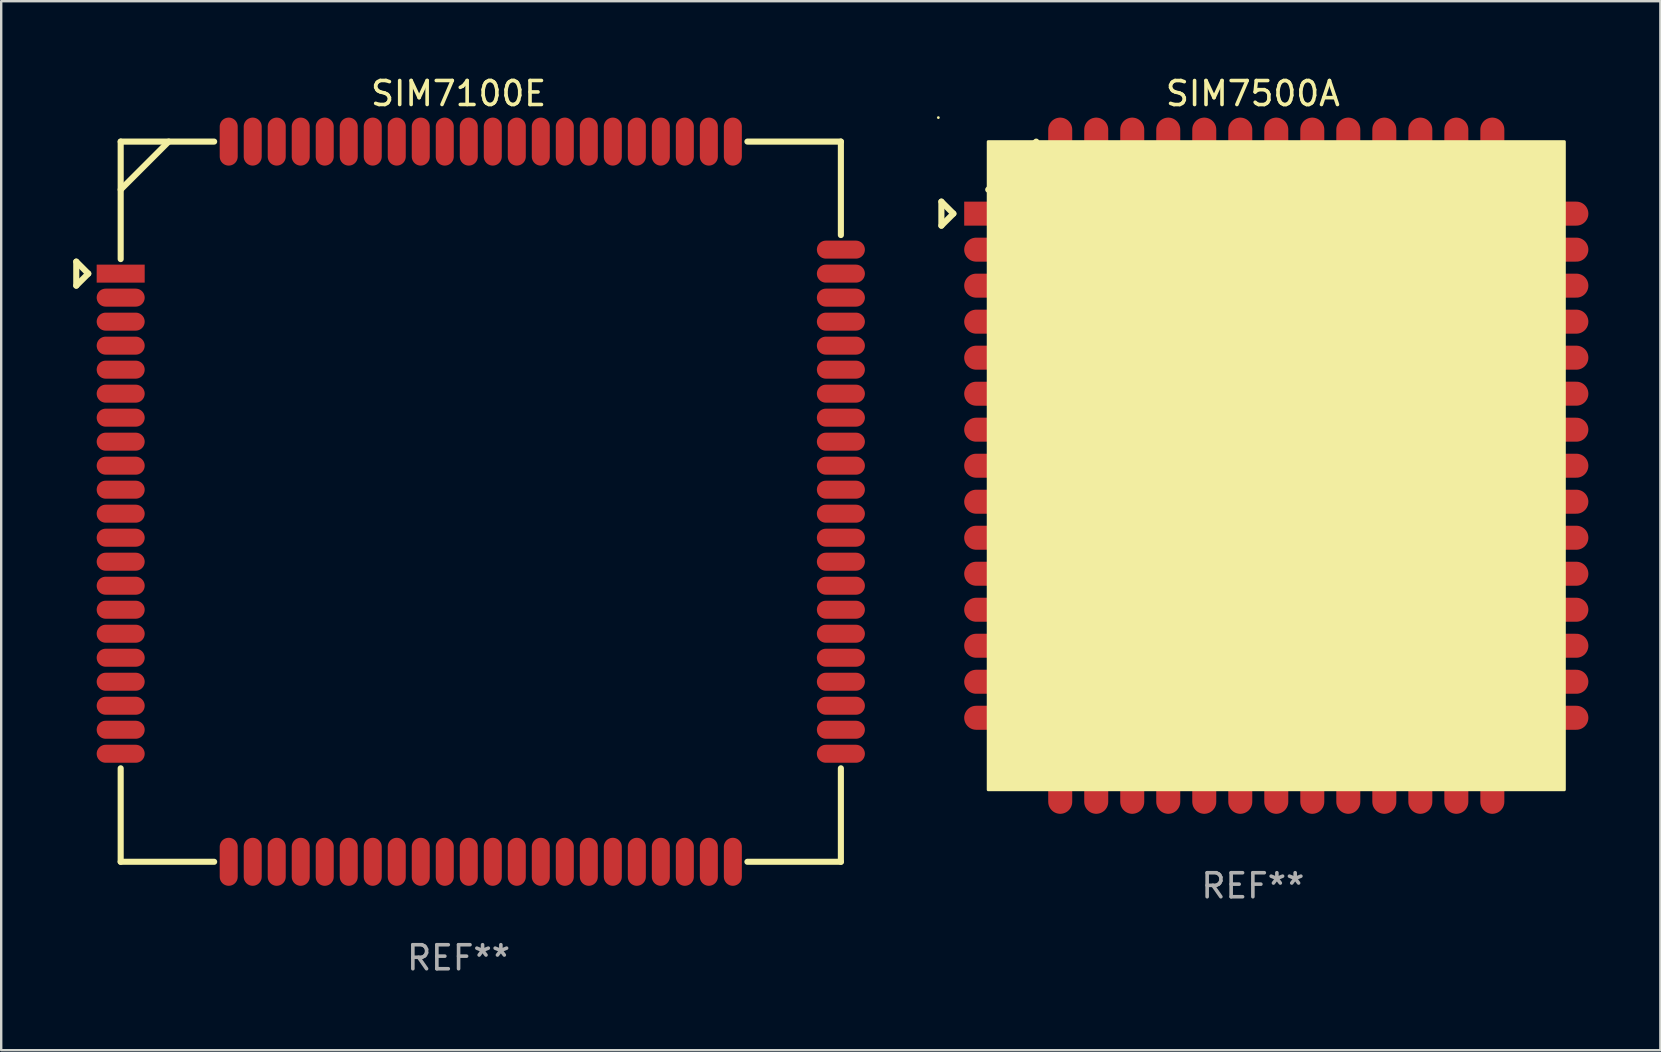
<source format=kicad_pcb>
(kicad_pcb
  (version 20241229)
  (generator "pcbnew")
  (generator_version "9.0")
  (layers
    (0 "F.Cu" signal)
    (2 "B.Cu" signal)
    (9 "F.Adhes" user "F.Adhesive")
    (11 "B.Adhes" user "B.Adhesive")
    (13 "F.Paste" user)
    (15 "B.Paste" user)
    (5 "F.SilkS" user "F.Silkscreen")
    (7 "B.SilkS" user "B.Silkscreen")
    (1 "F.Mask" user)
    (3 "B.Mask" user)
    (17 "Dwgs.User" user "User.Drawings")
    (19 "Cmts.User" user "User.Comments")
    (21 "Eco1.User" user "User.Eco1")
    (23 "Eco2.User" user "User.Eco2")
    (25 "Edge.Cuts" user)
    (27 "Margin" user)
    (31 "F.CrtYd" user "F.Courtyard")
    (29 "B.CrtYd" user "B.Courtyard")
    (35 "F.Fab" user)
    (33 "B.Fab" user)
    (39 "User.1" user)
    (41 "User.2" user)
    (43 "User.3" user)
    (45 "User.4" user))
  (footprint "SIM7100E"
    (layer "F.Cu")
    (at 16.052 17.848)
    (property "Reference" "SIM7100E" (at 0 -17 0) (layer "F.SilkS") (effects (font (size 1 1) (thickness 0.15))))
    (attr through_hole)
    (fp_line (start -15.925 -10) (end -15.925 -9) (stroke (width 0.254) (type solid)) (layer "F.SilkS"))
    (fp_line (start -15.925 -9) (end -15.425 -9.5) (stroke (width 0.254) (type solid)) (layer "F.SilkS"))
    (fp_line (start -15.425 -9.5) (end -15.925 -10) (stroke (width 0.254) (type solid)) (layer "F.SilkS"))
    (fp_line (start -14.075 -15) (end -10.181 -15) (stroke (width 0.254) (type solid)) (layer "F.SilkS"))
    (fp_line (start -14.075 -10.106) (end -14.075 -15) (stroke (width 0.254) (type solid)) (layer "F.SilkS"))
    (fp_line (start -14.075 15) (end -14.075 11.106) (stroke (width 0.254) (type solid)) (layer "F.SilkS"))
    (fp_line (start -12.075 -15) (end -14.075 -13) (stroke (width 0.254) (type solid)) (layer "F.SilkS"))
    (fp_line (start -10.181 15) (end -14.075 15) (stroke (width 0.254) (type solid)) (layer "F.SilkS"))
    (fp_line (start 12.031 -15) (end 15.925 -15) (stroke (width 0.254) (type solid)) (layer "F.SilkS"))
    (fp_line (start 15.925 -15) (end 15.925 -11.106) (stroke (width 0.254) (type solid)) (layer "F.SilkS"))
    (fp_line (start 15.925 11.106) (end 15.925 15) (stroke (width 0.254) (type solid)) (layer "F.SilkS"))
    (fp_line (start 15.925 15) (end 12.031 15) (stroke (width 0.254) (type solid)) (layer "F.SilkS"))
    (fp_circle (center -14.075 -15) (end -14.045 -15) (stroke (width 0.06) (type solid)) (fill no) (layer "F.SilkS"))
    (fp_text user "REF**" (at 0 19 0) (layer "F.Fab") (effects (font (size 1 1) (thickness 0.15))))
    (pad "1" smd rect (at -14.075 -9.5) (size 2 0.75) (layers "F.Cu" "F.Mask" "F.Paste"))
    (pad "2" smd oval (at -14.075 -8.5) (size 2 0.75) (layers "F.Cu" "F.Mask" "F.Paste"))
    (pad "3" smd oval (at -14.075 -7.5) (size 2 0.75) (layers "F.Cu" "F.Mask" "F.Paste"))
    (pad "4" smd oval (at -14.075 -6.5) (size 2 0.75) (layers "F.Cu" "F.Mask" "F.Paste"))
    (pad "5" smd oval (at -14.075 -5.5) (size 2 0.75) (layers "F.Cu" "F.Mask" "F.Paste"))
    (pad "6" smd oval (at -14.075 -4.5) (size 2 0.75) (layers "F.Cu" "F.Mask" "F.Paste"))
    (pad "7" smd oval (at -14.075 -3.5) (size 2 0.75) (layers "F.Cu" "F.Mask" "F.Paste"))
    (pad "8" smd oval (at -14.075 -2.5) (size 2 0.75) (layers "F.Cu" "F.Mask" "F.Paste"))
    (pad "9" smd oval (at -14.075 -1.5) (size 2 0.75) (layers "F.Cu" "F.Mask" "F.Paste"))
    (pad "10" smd oval (at -14.075 -0.5) (size 2 0.75) (layers "F.Cu" "F.Mask" "F.Paste"))
    (pad "11" smd oval (at -14.075 0.5) (size 2 0.75) (layers "F.Cu" "F.Mask" "F.Paste"))
    (pad "12" smd oval (at -14.075 1.5) (size 2 0.75) (layers "F.Cu" "F.Mask" "F.Paste"))
    (pad "13" smd oval (at -14.075 2.5) (size 2 0.75) (layers "F.Cu" "F.Mask" "F.Paste"))
    (pad "14" smd oval (at -14.075 3.5) (size 2 0.75) (layers "F.Cu" "F.Mask" "F.Paste"))
    (pad "15" smd oval (at -14.075 4.5) (size 2 0.75) (layers "F.Cu" "F.Mask" "F.Paste"))
    (pad "16" smd oval (at -14.075 5.5) (size 2 0.75) (layers "F.Cu" "F.Mask" "F.Paste"))
    (pad "17" smd oval (at -14.075 6.5) (size 2 0.75) (layers "F.Cu" "F.Mask" "F.Paste"))
    (pad "18" smd oval (at -14.075 7.5) (size 2 0.75) (layers "F.Cu" "F.Mask" "F.Paste"))
    (pad "19" smd oval (at -14.075 8.5) (size 2 0.75) (layers "F.Cu" "F.Mask" "F.Paste"))
    (pad "20" smd oval (at -14.075 9.5) (size 2 0.75) (layers "F.Cu" "F.Mask" "F.Paste"))
    (pad "21" smd oval (at -8.575 15 90) (size 2 0.75) (layers "F.Cu" "F.Mask" "F.Paste"))
    (pad "22" smd oval (at -7.575 15 90) (size 2 0.75) (layers "F.Cu" "F.Mask" "F.Paste"))
    (pad "23" smd oval (at -6.575 15 90) (size 2 0.75) (layers "F.Cu" "F.Mask" "F.Paste"))
    (pad "24" smd oval (at -5.575 15 90) (size 2 0.75) (layers "F.Cu" "F.Mask" "F.Paste"))
    (pad "25" smd oval (at -4.575 15 90) (size 2 0.75) (layers "F.Cu" "F.Mask" "F.Paste"))
    (pad "26" smd oval (at -3.575 15 90) (size 2 0.75) (layers "F.Cu" "F.Mask" "F.Paste"))
    (pad "27" smd oval (at -2.575 15 90) (size 2 0.75) (layers "F.Cu" "F.Mask" "F.Paste"))
    (pad "28" smd oval (at -1.575 15 90) (size 2 0.75) (layers "F.Cu" "F.Mask" "F.Paste"))
    (pad "29" smd oval (at -0.575 15 90) (size 2 0.75) (layers "F.Cu" "F.Mask" "F.Paste"))
    (pad "30" smd oval (at 0.425 15 90) (size 2 0.75) (layers "F.Cu" "F.Mask" "F.Paste"))
    (pad "31" smd oval (at 1.425 15 90) (size 2 0.75) (layers "F.Cu" "F.Mask" "F.Paste"))
    (pad "32" smd oval (at 2.425 15 90) (size 2 0.75) (layers "F.Cu" "F.Mask" "F.Paste"))
    (pad "33" smd oval (at 3.425 15 90) (size 2 0.75) (layers "F.Cu" "F.Mask" "F.Paste"))
    (pad "34" smd oval (at 4.425 15 90) (size 2 0.75) (layers "F.Cu" "F.Mask" "F.Paste"))
    (pad "35" smd oval (at 5.425 15 90) (size 2 0.75) (layers "F.Cu" "F.Mask" "F.Paste"))
    (pad "36" smd oval (at 6.425 15 90) (size 2 0.75) (layers "F.Cu" "F.Mask" "F.Paste"))
    (pad "37" smd oval (at 7.425 15 90) (size 2 0.75) (layers "F.Cu" "F.Mask" "F.Paste"))
    (pad "38" smd oval (at 8.425 15 90) (size 2 0.75) (layers "F.Cu" "F.Mask" "F.Paste"))
    (pad "39" smd oval (at 9.425 15 90) (size 2 0.75) (layers "F.Cu" "F.Mask" "F.Paste"))
    (pad "40" smd oval (at 10.425 15 90) (size 2 0.75) (layers "F.Cu" "F.Mask" "F.Paste"))
    (pad "41" smd oval (at 15.925 9.5 180) (size 2 0.75) (layers "F.Cu" "F.Mask" "F.Paste"))
    (pad "42" smd oval (at 15.925 8.5 180) (size 2 0.75) (layers "F.Cu" "F.Mask" "F.Paste"))
    (pad "43" smd oval (at 15.925 7.5 180) (size 2 0.75) (layers "F.Cu" "F.Mask" "F.Paste"))
    (pad "44" smd oval (at 15.925 6.5 180) (size 2 0.75) (layers "F.Cu" "F.Mask" "F.Paste"))
    (pad "45" smd oval (at 15.925 5.5 180) (size 2 0.75) (layers "F.Cu" "F.Mask" "F.Paste"))
    (pad "46" smd oval (at 15.925 4.5 180) (size 2 0.75) (layers "F.Cu" "F.Mask" "F.Paste"))
    (pad "47" smd oval (at 15.925 3.5 180) (size 2 0.75) (layers "F.Cu" "F.Mask" "F.Paste"))
    (pad "48" smd oval (at 15.925 2.5 180) (size 2 0.75) (layers "F.Cu" "F.Mask" "F.Paste"))
    (pad "49" smd oval (at 15.925 1.5 180) (size 2 0.75) (layers "F.Cu" "F.Mask" "F.Paste"))
    (pad "50" smd oval (at 15.925 0.5 180) (size 2 0.75) (layers "F.Cu" "F.Mask" "F.Paste"))
    (pad "51" smd oval (at 15.925 -0.5 180) (size 2 0.75) (layers "F.Cu" "F.Mask" "F.Paste"))
    (pad "52" smd oval (at 15.925 -1.5 180) (size 2 0.75) (layers "F.Cu" "F.Mask" "F.Paste"))
    (pad "53" smd oval (at 15.925 -2.5 180) (size 2 0.75) (layers "F.Cu" "F.Mask" "F.Paste"))
    (pad "54" smd oval (at 15.925 -3.5 180) (size 2 0.75) (layers "F.Cu" "F.Mask" "F.Paste"))
    (pad "55" smd oval (at 15.925 -4.5 180) (size 2 0.75) (layers "F.Cu" "F.Mask" "F.Paste"))
    (pad "56" smd oval (at 15.925 -5.5 180) (size 2 0.75) (layers "F.Cu" "F.Mask" "F.Paste"))
    (pad "57" smd oval (at 15.925 -6.5 180) (size 2 0.75) (layers "F.Cu" "F.Mask" "F.Paste"))
    (pad "58" smd oval (at 15.925 -7.5 180) (size 2 0.75) (layers "F.Cu" "F.Mask" "F.Paste"))
    (pad "59" smd oval (at 15.925 -8.5 180) (size 2 0.75) (layers "F.Cu" "F.Mask" "F.Paste"))
    (pad "60" smd oval (at 15.925 -9.5 180) (size 2 0.75) (layers "F.Cu" "F.Mask" "F.Paste"))
    (pad "61" smd oval (at 10.425 -15 270) (size 2 0.75) (layers "F.Cu" "F.Mask" "F.Paste"))
    (pad "62" smd oval (at 9.425 -15 270) (size 2 0.75) (layers "F.Cu" "F.Mask" "F.Paste"))
    (pad "63" smd oval (at 8.425 -15 270) (size 2 0.75) (layers "F.Cu" "F.Mask" "F.Paste"))
    (pad "64" smd oval (at 7.425 -15 270) (size 2 0.75) (layers "F.Cu" "F.Mask" "F.Paste"))
    (pad "65" smd oval (at 6.425 -15 270) (size 2 0.75) (layers "F.Cu" "F.Mask" "F.Paste"))
    (pad "66" smd oval (at 5.425 -15 270) (size 2 0.75) (layers "F.Cu" "F.Mask" "F.Paste"))
    (pad "67" smd oval (at 4.425 -15 270) (size 2 0.75) (layers "F.Cu" "F.Mask" "F.Paste"))
    (pad "68" smd oval (at 3.425 -15 270) (size 2 0.75) (layers "F.Cu" "F.Mask" "F.Paste"))
    (pad "69" smd oval (at 2.425 -15 270) (size 2 0.75) (layers "F.Cu" "F.Mask" "F.Paste"))
    (pad "70" smd oval (at 1.425 -15 270) (size 2 0.75) (layers "F.Cu" "F.Mask" "F.Paste"))
    (pad "71" smd oval (at 0.425 -15 270) (size 2 0.75) (layers "F.Cu" "F.Mask" "F.Paste"))
    (pad "72" smd oval (at -0.575 -15 270) (size 2 0.75) (layers "F.Cu" "F.Mask" "F.Paste"))
    (pad "73" smd oval (at -1.575 -15 270) (size 2 0.75) (layers "F.Cu" "F.Mask" "F.Paste"))
    (pad "74" smd oval (at -2.575 -15 270) (size 2 0.75) (layers "F.Cu" "F.Mask" "F.Paste"))
    (pad "75" smd oval (at -3.575 -15 270) (size 2 0.75) (layers "F.Cu" "F.Mask" "F.Paste"))
    (pad "76" smd oval (at -4.575 -15 270) (size 2 0.75) (layers "F.Cu" "F.Mask" "F.Paste"))
    (pad "77" smd oval (at -5.575 -15 270) (size 2 0.75) (layers "F.Cu" "F.Mask" "F.Paste"))
    (pad "78" smd oval (at -6.575 -15 270) (size 2 0.75) (layers "F.Cu" "F.Mask" "F.Paste"))
    (pad "79" smd oval (at -7.575 -15 270) (size 2 0.75) (layers "F.Cu" "F.Mask" "F.Paste"))
    (pad "80" smd oval (at -8.575 -15 270) (size 2 0.75) (layers "F.Cu" "F.Mask" "F.Paste"))
    (pad "81" smd oval (at -14.075 10.5) (size 2 0.75) (layers "F.Cu" "F.Mask" "F.Paste"))
    (pad "82" smd oval (at 15.925 10.5) (size 2 0.75) (layers "F.Cu" "F.Mask" "F.Paste"))
    (pad "83" smd oval (at 11.425 15 90) (size 2 0.75) (layers "F.Cu" "F.Mask" "F.Paste"))
    (pad "84" smd oval (at -9.575 15 90) (size 2 0.75) (layers "F.Cu" "F.Mask" "F.Paste"))
    (pad "85" smd oval (at 15.925 -10.5 180) (size 2 0.75) (layers "F.Cu" "F.Mask" "F.Paste"))
    (pad "86" smd oval (at -9.575 -15 270) (size 2 0.75) (layers "F.Cu" "F.Mask" "F.Paste"))
    (pad "87" smd oval (at 11.425 -15 270) (size 2 0.75) (layers "F.Cu" "F.Mask" "F.Paste")))
  (footprint "SIM7500A"
    (layer "F.Cu")
    (at 49.139 16.349)
    (property "Reference" "SIM7500A" (at 0 -15.5 0) (layer "F.SilkS") (effects (font (size 1 1) (thickness 0.15))))
    (attr through_hole)
    (fp_line (start -12.975 -11) (end -12.975 -9.999) (stroke (width 0.254) (type solid)) (layer "F.SilkS"))
    (fp_line (start -12.975 -9.999) (end -12.475 -10.5) (stroke (width 0.254) (type solid)) (layer "F.SilkS"))
    (fp_line (start -12.475 -10.5) (end -12.975 -11) (stroke (width 0.254) (type solid)) (layer "F.SilkS"))
    (fp_line (start -9.025 -13.5) (end -11.024 -11.499) (stroke (width 0.254) (type solid)) (layer "F.SilkS"))
    (fp_circle (center -13.102 -14.5) (end -13.072 -14.5) (stroke (width 0.06) (type solid)) (fill no) (layer "F.SilkS"))
    (fp_poly (pts (xy -11.025 -13.5) (xy 12.975 -13.5) (xy 12.975 13.5) (xy -11.025 13.5)) (stroke (width 0.12) (type solid)) (fill yes) (layer "F.SilkS"))
    (fp_text user "REF**" (at 0 17.5 0) (layer "F.Fab") (effects (font (size 1 1) (thickness 0.15))))
    (pad "1" smd rect (at -11.025 -10.5) (size 2 1) (layers "F.Cu" "F.Mask" "F.Paste"))
    (pad "2" smd oval (at -11.025 -9) (size 2 1) (layers "F.Cu" "F.Mask" "F.Paste"))
    (pad "3" smd oval (at -11.025 -7.5) (size 2 1) (layers "F.Cu" "F.Mask" "F.Paste"))
    (pad "4" smd oval (at -11.025 -6) (size 2 1) (layers "F.Cu" "F.Mask" "F.Paste"))
    (pad "5" smd oval (at -11.025 -4.5) (size 2 1) (layers "F.Cu" "F.Mask" "F.Paste"))
    (pad "6" smd oval (at -11.025 -2.999) (size 2 1) (layers "F.Cu" "F.Mask" "F.Paste"))
    (pad "7" smd oval (at -11.025 -1.5) (size 2 1) (layers "F.Cu" "F.Mask" "F.Paste"))
    (pad "8" smd oval (at -11.025 0.000279) (size 2 1) (layers "F.Cu" "F.Mask" "F.Paste"))
    (pad "9" smd oval (at -11.025 1.5) (size 2 1) (layers "F.Cu" "F.Mask" "F.Paste"))
    (pad "10" smd oval (at -11.025 3) (size 2 1) (layers "F.Cu" "F.Mask" "F.Paste"))
    (pad "11" smd oval (at -11.025 4.5) (size 2 1) (layers "F.Cu" "F.Mask" "F.Paste"))
    (pad "12" smd oval (at -11.025 6) (size 2 1) (layers "F.Cu" "F.Mask" "F.Paste"))
    (pad "13" smd oval (at -11.025 7.5) (size 2 1) (layers "F.Cu" "F.Mask" "F.Paste"))
    (pad "14" smd oval (at -11.025 9) (size 2 1) (layers "F.Cu" "F.Mask" "F.Paste"))
    (pad "15" smd oval (at -11.025 10.5) (size 2 1) (layers "F.Cu" "F.Mask" "F.Paste"))
    (pad "16" smd oval (at -8.025 13.5 90) (size 2 1) (layers "F.Cu" "F.Mask" "F.Paste"))
    (pad "17" smd oval (at -6.525 13.5 90) (size 2 1) (layers "F.Cu" "F.Mask" "F.Paste"))
    (pad "18" smd oval (at -5.025 13.5 90) (size 2 1) (layers "F.Cu" "F.Mask" "F.Paste"))
    (pad "19" smd oval (at -3.525 13.5 90) (size 2 1) (layers "F.Cu" "F.Mask" "F.Paste"))
    (pad "20" smd oval (at -2.025 13.5 90) (size 2 1) (layers "F.Cu" "F.Mask" "F.Paste"))
    (pad "21" smd oval (at -0.525 13.5 90) (size 2 1) (layers "F.Cu" "F.Mask" "F.Paste"))
    (pad "22" smd oval (at 0.975 13.5 90) (size 2 1) (layers "F.Cu" "F.Mask" "F.Paste"))
    (pad "23" smd oval (at 2.475 13.5 90) (size 2 1) (layers "F.Cu" "F.Mask" "F.Paste"))
    (pad "24" smd oval (at 3.975 13.5 90) (size 2 1) (layers "F.Cu" "F.Mask" "F.Paste"))
    (pad "25" smd oval (at 5.475 13.5 90) (size 2 1) (layers "F.Cu" "F.Mask" "F.Paste"))
    (pad "26" smd oval (at 6.975 13.5 90) (size 2 1) (layers "F.Cu" "F.Mask" "F.Paste"))
    (pad "27" smd oval (at 8.475 13.5 90) (size 2 1) (layers "F.Cu" "F.Mask" "F.Paste"))
    (pad "28" smd oval (at 9.975 13.5 90) (size 2 1) (layers "F.Cu" "F.Mask" "F.Paste"))
    (pad "29" smd oval (at 12.975 10.5 180) (size 2 1) (layers "F.Cu" "F.Mask" "F.Paste"))
    (pad "30" smd oval (at 12.975 9 180) (size 2 1) (layers "F.Cu" "F.Mask" "F.Paste"))
    (pad "31" smd oval (at 12.975 7.5 180) (size 2 1) (layers "F.Cu" "F.Mask" "F.Paste"))
    (pad "32" smd oval (at 12.975 6 180) (size 2 1) (layers "F.Cu" "F.Mask" "F.Paste"))
    (pad "33" smd oval (at 12.975 4.5 180) (size 2 1) (layers "F.Cu" "F.Mask" "F.Paste"))
    (pad "34" smd oval (at 12.975 3 180) (size 2 1) (layers "F.Cu" "F.Mask" "F.Paste"))
    (pad "35" smd oval (at 12.975 1.5 180) (size 2 1) (layers "F.Cu" "F.Mask" "F.Paste"))
    (pad "36" smd oval (at 12.975 0.000279 180) (size 2 1) (layers "F.Cu" "F.Mask" "F.Paste"))
    (pad "37" smd oval (at 12.975 -1.5 180) (size 2 1) (layers "F.Cu" "F.Mask" "F.Paste"))
    (pad "38" smd oval (at 12.975 -3 180) (size 2 1) (layers "F.Cu" "F.Mask" "F.Paste"))
    (pad "39" smd oval (at 12.975 -4.5 180) (size 2 1) (layers "F.Cu" "F.Mask" "F.Paste"))
    (pad "40" smd oval (at 12.975 -6 180) (size 2 1) (layers "F.Cu" "F.Mask" "F.Paste"))
    (pad "41" smd oval (at 12.975 -7.5 180) (size 2 1) (layers "F.Cu" "F.Mask" "F.Paste"))
    (pad "42" smd oval (at 12.975 -9 180) (size 2 1) (layers "F.Cu" "F.Mask" "F.Paste"))
    (pad "43" smd oval (at 12.975 -10.5 180) (size 2 1) (layers "F.Cu" "F.Mask" "F.Paste"))
    (pad "44" smd oval (at 9.975 -13.5 270) (size 2 1) (layers "F.Cu" "F.Mask" "F.Paste"))
    (pad "45" smd oval (at 8.475 -13.5 270) (size 2 1) (layers "F.Cu" "F.Mask" "F.Paste"))
    (pad "46" smd oval (at 6.975 -13.5 270) (size 2 1) (layers "F.Cu" "F.Mask" "F.Paste"))
    (pad "47" smd oval (at 5.475 -13.5 270) (size 2 1) (layers "F.Cu" "F.Mask" "F.Paste"))
    (pad "48" smd oval (at 3.975 -13.5 270) (size 2 1) (layers "F.Cu" "F.Mask" "F.Paste"))
    (pad "49" smd oval (at 2.475 -13.5 270) (size 2 1) (layers "F.Cu" "F.Mask" "F.Paste"))
    (pad "50" smd oval (at 0.975 -13.5 270) (size 2 1) (layers "F.Cu" "F.Mask" "F.Paste"))
    (pad "51" smd oval (at -0.525 -13.5 270) (size 2 1) (layers "F.Cu" "F.Mask" "F.Paste"))
    (pad "52" smd oval (at -2.025 -13.5 270) (size 2 1) (layers "F.Cu" "F.Mask" "F.Paste"))
    (pad "53" smd oval (at -3.525 -13.5 270) (size 2 1) (layers "F.Cu" "F.Mask" "F.Paste"))
    (pad "54" smd oval (at -5.025 -13.5 270) (size 2 1) (layers "F.Cu" "F.Mask" "F.Paste"))
    (pad "55" smd oval (at -6.525 -13.5 270) (size 2 1) (layers "F.Cu" "F.Mask" "F.Paste"))
    (pad "56" smd oval (at -8.025 -13.5 270) (size 2 1) (layers "F.Cu" "F.Mask" "F.Paste")))
  (gr_rect
    (start -3 -3)
    (end 66.114 40.697)
    (stroke (width 0.1) (type default))
    (fill no)
    (layer "Edge.Cuts")))
</source>
